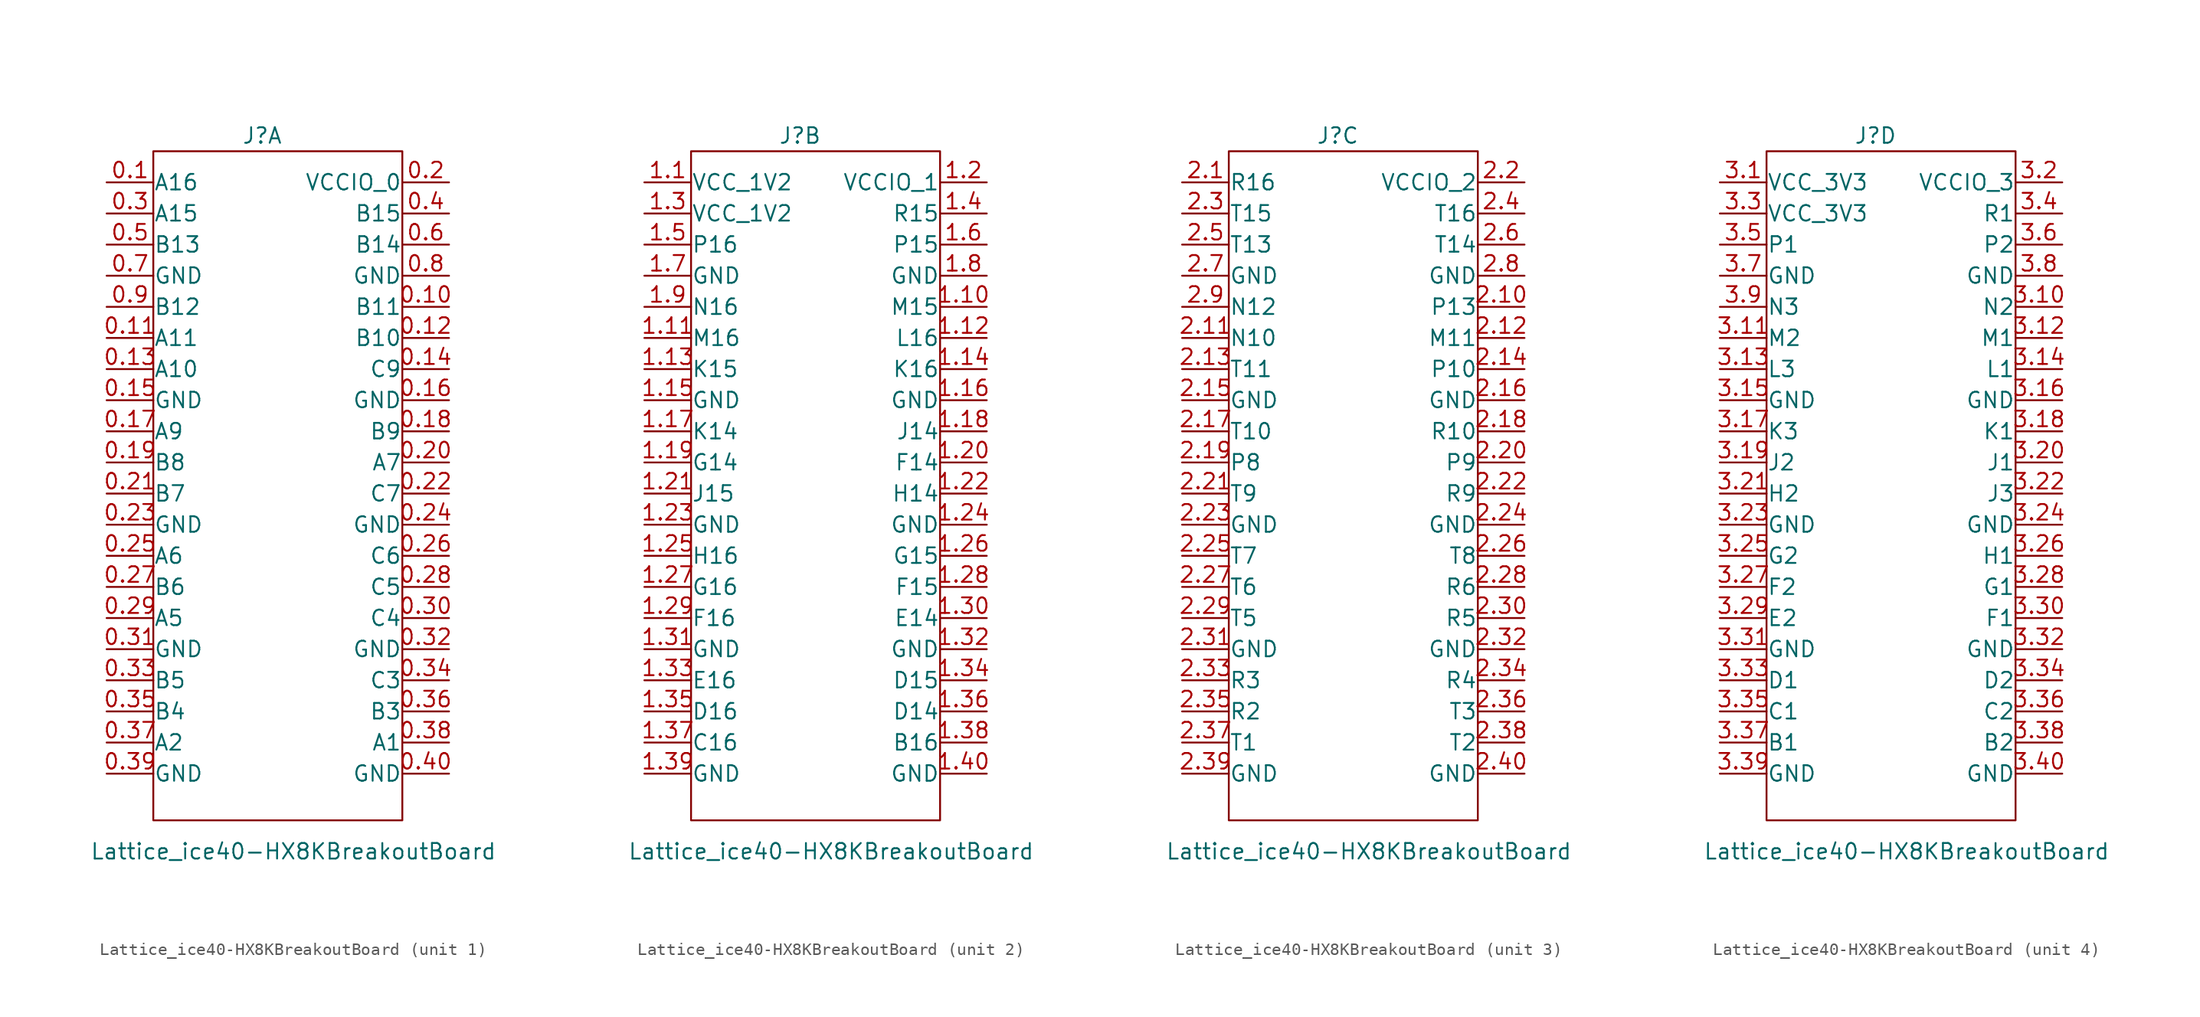
<source format=kicad_sym>
(kicad_symbol_lib
  (version 20211014)
  (generator kicad_symbol_editor)
  (symbol "Lattice_ice40-HX8KBreakoutBoard"
    (pin_names
      (offset 0.025))
    (property "Reference" "J"
      (at -1.27 27.94 0)
      (effects (font (size 1.27 1.27))))
    (property "Value" "Lattice_ice40-HX8KBreakoutBoard"
      (at 1.27 -30.48 0)
      (effects (font (size 1.27 1.27))))
    (property "Footprint" ""
      (at 15.24 -24.13 0)
      (effects (font (size 1.27 1.27))))
    (property "Datasheet" ""
      (at 15.24 -24.13 0)
      (effects (font (size 1.27 1.27))))
    (property "ki_locked" ""
      (at 0 0 0)
      (effects (font (size 1.27 1.27))))
    (symbol "Lattice_ice40-HX8KBreakoutBoard_0_1"
      (rectangle (start -10.16 26.67) (end 10.16 -27.94) (stroke (width 0) (type default) (color 0 0 0 0)) (fill (type none))))
    (symbol "Lattice_ice40-HX8KBreakoutBoard_1_1"
      (pin passive line (at -13.97 24.13 0) (length 3.81) (name "A16" (effects (font (size 1.27 1.27)))) (number "0.1" (effects (font (size 1.27 1.27)))))
      (pin passive line (at 13.97 13.97 180) (length 3.81) (name "B11" (effects (font (size 1.27 1.27)))) (number "0.10" (effects (font (size 1.27 1.27)))))
      (pin passive line (at -13.97 11.43 0) (length 3.81) (name "A11" (effects (font (size 1.27 1.27)))) (number "0.11" (effects (font (size 1.27 1.27)))))
      (pin passive line (at 13.97 11.43 180) (length 3.81) (name "B10" (effects (font (size 1.27 1.27)))) (number "0.12" (effects (font (size 1.27 1.27)))))
      (pin passive line (at -13.97 8.89 0) (length 3.81) (name "A10" (effects (font (size 1.27 1.27)))) (number "0.13" (effects (font (size 1.27 1.27)))))
      (pin passive line (at 13.97 8.89 180) (length 3.81) (name "C9" (effects (font (size 1.27 1.27)))) (number "0.14" (effects (font (size 1.27 1.27)))))
      (pin passive line (at -13.97 6.35 0) (length 3.81) (name "GND" (effects (font (size 1.27 1.27)))) (number "0.15" (effects (font (size 1.27 1.27)))))
      (pin passive line (at 13.97 6.35 180) (length 3.81) (name "GND" (effects (font (size 1.27 1.27)))) (number "0.16" (effects (font (size 1.27 1.27)))))
      (pin passive line (at -13.97 3.81 0) (length 3.81) (name "A9" (effects (font (size 1.27 1.27)))) (number "0.17" (effects (font (size 1.27 1.27)))))
      (pin passive line (at 13.97 3.81 180) (length 3.81) (name "B9" (effects (font (size 1.27 1.27)))) (number "0.18" (effects (font (size 1.27 1.27)))))
      (pin passive line (at -13.97 1.27 0) (length 3.81) (name "B8" (effects (font (size 1.27 1.27)))) (number "0.19" (effects (font (size 1.27 1.27)))))
      (pin passive line (at 13.97 24.13 180) (length 3.81) (name "VCCIO_0" (effects (font (size 1.27 1.27)))) (number "0.2" (effects (font (size 1.27 1.27)))))
      (pin passive line (at 13.97 1.27 180) (length 3.81) (name "A7" (effects (font (size 1.27 1.27)))) (number "0.20" (effects (font (size 1.27 1.27)))))
      (pin passive line (at -13.97 -1.27 0) (length 3.81) (name "B7" (effects (font (size 1.27 1.27)))) (number "0.21" (effects (font (size 1.27 1.27)))))
      (pin passive line (at 13.97 -1.27 180) (length 3.81) (name "C7" (effects (font (size 1.27 1.27)))) (number "0.22" (effects (font (size 1.27 1.27)))))
      (pin passive line (at -13.97 -3.81 0) (length 3.81) (name "GND" (effects (font (size 1.27 1.27)))) (number "0.23" (effects (font (size 1.27 1.27)))))
      (pin passive line (at 13.97 -3.81 180) (length 3.81) (name "GND" (effects (font (size 1.27 1.27)))) (number "0.24" (effects (font (size 1.27 1.27)))))
      (pin passive line (at -13.97 -6.35 0) (length 3.81) (name "A6" (effects (font (size 1.27 1.27)))) (number "0.25" (effects (font (size 1.27 1.27)))))
      (pin passive line (at 13.97 -6.35 180) (length 3.81) (name "C6" (effects (font (size 1.27 1.27)))) (number "0.26" (effects (font (size 1.27 1.27)))))
      (pin passive line (at -13.97 -8.89 0) (length 3.81) (name "B6" (effects (font (size 1.27 1.27)))) (number "0.27" (effects (font (size 1.27 1.27)))))
      (pin passive line (at 13.97 -8.89 180) (length 3.81) (name "C5" (effects (font (size 1.27 1.27)))) (number "0.28" (effects (font (size 1.27 1.27)))))
      (pin passive line (at -13.97 -11.43 0) (length 3.81) (name "A5" (effects (font (size 1.27 1.27)))) (number "0.29" (effects (font (size 1.27 1.27)))))
      (pin passive line (at -13.97 21.59 0) (length 3.81) (name "A15" (effects (font (size 1.27 1.27)))) (number "0.3" (effects (font (size 1.27 1.27)))))
      (pin passive line (at 13.97 -11.43 180) (length 3.81) (name "C4" (effects (font (size 1.27 1.27)))) (number "0.30" (effects (font (size 1.27 1.27)))))
      (pin passive line (at -13.97 -13.97 0) (length 3.81) (name "GND" (effects (font (size 1.27 1.27)))) (number "0.31" (effects (font (size 1.27 1.27)))))
      (pin passive line (at 13.97 -13.97 180) (length 3.81) (name "GND" (effects (font (size 1.27 1.27)))) (number "0.32" (effects (font (size 1.27 1.27)))))
      (pin passive line (at -13.97 -16.51 0) (length 3.81) (name "B5" (effects (font (size 1.27 1.27)))) (number "0.33" (effects (font (size 1.27 1.27)))))
      (pin passive line (at 13.97 -16.51 180) (length 3.81) (name "C3" (effects (font (size 1.27 1.27)))) (number "0.34" (effects (font (size 1.27 1.27)))))
      (pin passive line (at -13.97 -19.05 0) (length 3.81) (name "B4" (effects (font (size 1.27 1.27)))) (number "0.35" (effects (font (size 1.27 1.27)))))
      (pin passive line (at 13.97 -19.05 180) (length 3.81) (name "B3" (effects (font (size 1.27 1.27)))) (number "0.36" (effects (font (size 1.27 1.27)))))
      (pin passive line (at -13.97 -21.59 0) (length 3.81) (name "A2" (effects (font (size 1.27 1.27)))) (number "0.37" (effects (font (size 1.27 1.27)))))
      (pin passive line (at 13.97 -21.59 180) (length 3.81) (name "A1" (effects (font (size 1.27 1.27)))) (number "0.38" (effects (font (size 1.27 1.27)))))
      (pin passive line (at -13.97 -24.13 0) (length 3.81) (name "GND" (effects (font (size 1.27 1.27)))) (number "0.39" (effects (font (size 1.27 1.27)))))
      (pin passive line (at 13.97 21.59 180) (length 3.81) (name "B15" (effects (font (size 1.27 1.27)))) (number "0.4" (effects (font (size 1.27 1.27)))))
      (pin passive line (at 13.97 -24.13 180) (length 3.81) (name "GND" (effects (font (size 1.27 1.27)))) (number "0.40" (effects (font (size 1.27 1.27)))))
      (pin passive line (at -13.97 19.05 0) (length 3.81) (name "B13" (effects (font (size 1.27 1.27)))) (number "0.5" (effects (font (size 1.27 1.27)))))
      (pin passive line (at 13.97 19.05 180) (length 3.81) (name "B14" (effects (font (size 1.27 1.27)))) (number "0.6" (effects (font (size 1.27 1.27)))))
      (pin passive line (at -13.97 16.51 0) (length 3.81) (name "GND" (effects (font (size 1.27 1.27)))) (number "0.7" (effects (font (size 1.27 1.27)))))
      (pin passive line (at 13.97 16.51 180) (length 3.81) (name "GND" (effects (font (size 1.27 1.27)))) (number "0.8" (effects (font (size 1.27 1.27)))))
      (pin passive line (at -13.97 13.97 0) (length 3.81) (name "B12" (effects (font (size 1.27 1.27)))) (number "0.9" (effects (font (size 1.27 1.27))))))
    (symbol "Lattice_ice40-HX8KBreakoutBoard_2_1"
      (pin passive line (at -13.97 24.13 0) (length 3.81) (name "VCC_1V2" (effects (font (size 1.27 1.27)))) (number "1.1" (effects (font (size 1.27 1.27)))))
      (pin passive line (at 13.97 13.97 180) (length 3.81) (name "M15" (effects (font (size 1.27 1.27)))) (number "1.10" (effects (font (size 1.27 1.27)))))
      (pin passive line (at -13.97 11.43 0) (length 3.81) (name "M16" (effects (font (size 1.27 1.27)))) (number "1.11" (effects (font (size 1.27 1.27)))))
      (pin passive line (at 13.97 11.43 180) (length 3.81) (name "L16" (effects (font (size 1.27 1.27)))) (number "1.12" (effects (font (size 1.27 1.27)))))
      (pin passive line (at -13.97 8.89 0) (length 3.81) (name "K15" (effects (font (size 1.27 1.27)))) (number "1.13" (effects (font (size 1.27 1.27)))))
      (pin passive line (at 13.97 8.89 180) (length 3.81) (name "K16" (effects (font (size 1.27 1.27)))) (number "1.14" (effects (font (size 1.27 1.27)))))
      (pin passive line (at -13.97 6.35 0) (length 3.81) (name "GND" (effects (font (size 1.27 1.27)))) (number "1.15" (effects (font (size 1.27 1.27)))))
      (pin passive line (at 13.97 6.35 180) (length 3.81) (name "GND" (effects (font (size 1.27 1.27)))) (number "1.16" (effects (font (size 1.27 1.27)))))
      (pin passive line (at -13.97 3.81 0) (length 3.81) (name "K14" (effects (font (size 1.27 1.27)))) (number "1.17" (effects (font (size 1.27 1.27)))))
      (pin passive line (at 13.97 3.81 180) (length 3.81) (name "J14" (effects (font (size 1.27 1.27)))) (number "1.18" (effects (font (size 1.27 1.27)))))
      (pin passive line (at -13.97 1.27 0) (length 3.81) (name "G14" (effects (font (size 1.27 1.27)))) (number "1.19" (effects (font (size 1.27 1.27)))))
      (pin passive line (at 13.97 24.13 180) (length 3.81) (name "VCCIO_1" (effects (font (size 1.27 1.27)))) (number "1.2" (effects (font (size 1.27 1.27)))))
      (pin passive line (at 13.97 1.27 180) (length 3.81) (name "F14" (effects (font (size 1.27 1.27)))) (number "1.20" (effects (font (size 1.27 1.27)))))
      (pin passive line (at -13.97 -1.27 0) (length 3.81) (name "J15" (effects (font (size 1.27 1.27)))) (number "1.21" (effects (font (size 1.27 1.27)))))
      (pin passive line (at 13.97 -1.27 180) (length 3.81) (name "H14" (effects (font (size 1.27 1.27)))) (number "1.22" (effects (font (size 1.27 1.27)))))
      (pin passive line (at -13.97 -3.81 0) (length 3.81) (name "GND" (effects (font (size 1.27 1.27)))) (number "1.23" (effects (font (size 1.27 1.27)))))
      (pin passive line (at 13.97 -3.81 180) (length 3.81) (name "GND" (effects (font (size 1.27 1.27)))) (number "1.24" (effects (font (size 1.27 1.27)))))
      (pin passive line (at -13.97 -6.35 0) (length 3.81) (name "H16" (effects (font (size 1.27 1.27)))) (number "1.25" (effects (font (size 1.27 1.27)))))
      (pin passive line (at 13.97 -6.35 180) (length 3.81) (name "G15" (effects (font (size 1.27 1.27)))) (number "1.26" (effects (font (size 1.27 1.27)))))
      (pin passive line (at -13.97 -8.89 0) (length 3.81) (name "G16" (effects (font (size 1.27 1.27)))) (number "1.27" (effects (font (size 1.27 1.27)))))
      (pin passive line (at 13.97 -8.89 180) (length 3.81) (name "F15" (effects (font (size 1.27 1.27)))) (number "1.28" (effects (font (size 1.27 1.27)))))
      (pin passive line (at -13.97 -11.43 0) (length 3.81) (name "F16" (effects (font (size 1.27 1.27)))) (number "1.29" (effects (font (size 1.27 1.27)))))
      (pin passive line (at -13.97 21.59 0) (length 3.81) (name "VCC_1V2" (effects (font (size 1.27 1.27)))) (number "1.3" (effects (font (size 1.27 1.27)))))
      (pin passive line (at 13.97 -11.43 180) (length 3.81) (name "E14" (effects (font (size 1.27 1.27)))) (number "1.30" (effects (font (size 1.27 1.27)))))
      (pin passive line (at -13.97 -13.97 0) (length 3.81) (name "GND" (effects (font (size 1.27 1.27)))) (number "1.31" (effects (font (size 1.27 1.27)))))
      (pin passive line (at 13.97 -13.97 180) (length 3.81) (name "GND" (effects (font (size 1.27 1.27)))) (number "1.32" (effects (font (size 1.27 1.27)))))
      (pin passive line (at -13.97 -16.51 0) (length 3.81) (name "E16" (effects (font (size 1.27 1.27)))) (number "1.33" (effects (font (size 1.27 1.27)))))
      (pin passive line (at 13.97 -16.51 180) (length 3.81) (name "D15" (effects (font (size 1.27 1.27)))) (number "1.34" (effects (font (size 1.27 1.27)))))
      (pin passive line (at -13.97 -19.05 0) (length 3.81) (name "D16" (effects (font (size 1.27 1.27)))) (number "1.35" (effects (font (size 1.27 1.27)))))
      (pin passive line (at 13.97 -19.05 180) (length 3.81) (name "D14" (effects (font (size 1.27 1.27)))) (number "1.36" (effects (font (size 1.27 1.27)))))
      (pin passive line (at -13.97 -21.59 0) (length 3.81) (name "C16" (effects (font (size 1.27 1.27)))) (number "1.37" (effects (font (size 1.27 1.27)))))
      (pin passive line (at 13.97 -21.59 180) (length 3.81) (name "B16" (effects (font (size 1.27 1.27)))) (number "1.38" (effects (font (size 1.27 1.27)))))
      (pin passive line (at -13.97 -24.13 0) (length 3.81) (name "GND" (effects (font (size 1.27 1.27)))) (number "1.39" (effects (font (size 1.27 1.27)))))
      (pin passive line (at 13.97 21.59 180) (length 3.81) (name "R15" (effects (font (size 1.27 1.27)))) (number "1.4" (effects (font (size 1.27 1.27)))))
      (pin passive line (at 13.97 -24.13 180) (length 3.81) (name "GND" (effects (font (size 1.27 1.27)))) (number "1.40" (effects (font (size 1.27 1.27)))))
      (pin passive line (at -13.97 19.05 0) (length 3.81) (name "P16" (effects (font (size 1.27 1.27)))) (number "1.5" (effects (font (size 1.27 1.27)))))
      (pin passive line (at 13.97 19.05 180) (length 3.81) (name "P15" (effects (font (size 1.27 1.27)))) (number "1.6" (effects (font (size 1.27 1.27)))))
      (pin passive line (at -13.97 16.51 0) (length 3.81) (name "GND" (effects (font (size 1.27 1.27)))) (number "1.7" (effects (font (size 1.27 1.27)))))
      (pin passive line (at 13.97 16.51 180) (length 3.81) (name "GND" (effects (font (size 1.27 1.27)))) (number "1.8" (effects (font (size 1.27 1.27)))))
      (pin passive line (at -13.97 13.97 0) (length 3.81) (name "N16" (effects (font (size 1.27 1.27)))) (number "1.9" (effects (font (size 1.27 1.27))))))
    (symbol "Lattice_ice40-HX8KBreakoutBoard_3_1"
      (pin passive line (at -13.97 24.13 0) (length 3.81) (name "R16" (effects (font (size 1.27 1.27)))) (number "2.1" (effects (font (size 1.27 1.27)))))
      (pin passive line (at 13.97 13.97 180) (length 3.81) (name "P13" (effects (font (size 1.27 1.27)))) (number "2.10" (effects (font (size 1.27 1.27)))))
      (pin passive line (at -13.97 11.43 0) (length 3.81) (name "N10" (effects (font (size 1.27 1.27)))) (number "2.11" (effects (font (size 1.27 1.27)))))
      (pin passive line (at 13.97 11.43 180) (length 3.81) (name "M11" (effects (font (size 1.27 1.27)))) (number "2.12" (effects (font (size 1.27 1.27)))))
      (pin passive line (at -13.97 8.89 0) (length 3.81) (name "T11" (effects (font (size 1.27 1.27)))) (number "2.13" (effects (font (size 1.27 1.27)))))
      (pin passive line (at 13.97 8.89 180) (length 3.81) (name "P10" (effects (font (size 1.27 1.27)))) (number "2.14" (effects (font (size 1.27 1.27)))))
      (pin passive line (at -13.97 6.35 0) (length 3.81) (name "GND" (effects (font (size 1.27 1.27)))) (number "2.15" (effects (font (size 1.27 1.27)))))
      (pin passive line (at 13.97 6.35 180) (length 3.81) (name "GND" (effects (font (size 1.27 1.27)))) (number "2.16" (effects (font (size 1.27 1.27)))))
      (pin passive line (at -13.97 3.81 0) (length 3.81) (name "T10" (effects (font (size 1.27 1.27)))) (number "2.17" (effects (font (size 1.27 1.27)))))
      (pin passive line (at 13.97 3.81 180) (length 3.81) (name "R10" (effects (font (size 1.27 1.27)))) (number "2.18" (effects (font (size 1.27 1.27)))))
      (pin passive line (at -13.97 1.27 0) (length 3.81) (name "P8" (effects (font (size 1.27 1.27)))) (number "2.19" (effects (font (size 1.27 1.27)))))
      (pin passive line (at 13.97 24.13 180) (length 3.81) (name "VCCIO_2" (effects (font (size 1.27 1.27)))) (number "2.2" (effects (font (size 1.27 1.27)))))
      (pin passive line (at 13.97 1.27 180) (length 3.81) (name "P9" (effects (font (size 1.27 1.27)))) (number "2.20" (effects (font (size 1.27 1.27)))))
      (pin passive line (at -13.97 -1.27 0) (length 3.81) (name "T9" (effects (font (size 1.27 1.27)))) (number "2.21" (effects (font (size 1.27 1.27)))))
      (pin passive line (at 13.97 -1.27 180) (length 3.81) (name "R9" (effects (font (size 1.27 1.27)))) (number "2.22" (effects (font (size 1.27 1.27)))))
      (pin passive line (at -13.97 -3.81 0) (length 3.81) (name "GND" (effects (font (size 1.27 1.27)))) (number "2.23" (effects (font (size 1.27 1.27)))))
      (pin passive line (at 13.97 -3.81 180) (length 3.81) (name "GND" (effects (font (size 1.27 1.27)))) (number "2.24" (effects (font (size 1.27 1.27)))))
      (pin passive line (at -13.97 -6.35 0) (length 3.81) (name "T7" (effects (font (size 1.27 1.27)))) (number "2.25" (effects (font (size 1.27 1.27)))))
      (pin passive line (at 13.97 -6.35 180) (length 3.81) (name "T8" (effects (font (size 1.27 1.27)))) (number "2.26" (effects (font (size 1.27 1.27)))))
      (pin passive line (at -13.97 -8.89 0) (length 3.81) (name "T6" (effects (font (size 1.27 1.27)))) (number "2.27" (effects (font (size 1.27 1.27)))))
      (pin passive line (at 13.97 -8.89 180) (length 3.81) (name "R6" (effects (font (size 1.27 1.27)))) (number "2.28" (effects (font (size 1.27 1.27)))))
      (pin passive line (at -13.97 -11.43 0) (length 3.81) (name "T5" (effects (font (size 1.27 1.27)))) (number "2.29" (effects (font (size 1.27 1.27)))))
      (pin passive line (at -13.97 21.59 0) (length 3.81) (name "T15" (effects (font (size 1.27 1.27)))) (number "2.3" (effects (font (size 1.27 1.27)))))
      (pin passive line (at 13.97 -11.43 180) (length 3.81) (name "R5" (effects (font (size 1.27 1.27)))) (number "2.30" (effects (font (size 1.27 1.27)))))
      (pin passive line (at -13.97 -13.97 0) (length 3.81) (name "GND" (effects (font (size 1.27 1.27)))) (number "2.31" (effects (font (size 1.27 1.27)))))
      (pin passive line (at 13.97 -13.97 180) (length 3.81) (name "GND" (effects (font (size 1.27 1.27)))) (number "2.32" (effects (font (size 1.27 1.27)))))
      (pin passive line (at -13.97 -16.51 0) (length 3.81) (name "R3" (effects (font (size 1.27 1.27)))) (number "2.33" (effects (font (size 1.27 1.27)))))
      (pin passive line (at 13.97 -16.51 180) (length 3.81) (name "R4" (effects (font (size 1.27 1.27)))) (number "2.34" (effects (font (size 1.27 1.27)))))
      (pin passive line (at -13.97 -19.05 0) (length 3.81) (name "R2" (effects (font (size 1.27 1.27)))) (number "2.35" (effects (font (size 1.27 1.27)))))
      (pin passive line (at 13.97 -19.05 180) (length 3.81) (name "T3" (effects (font (size 1.27 1.27)))) (number "2.36" (effects (font (size 1.27 1.27)))))
      (pin passive line (at -13.97 -21.59 0) (length 3.81) (name "T1" (effects (font (size 1.27 1.27)))) (number "2.37" (effects (font (size 1.27 1.27)))))
      (pin passive line (at 13.97 -21.59 180) (length 3.81) (name "T2" (effects (font (size 1.27 1.27)))) (number "2.38" (effects (font (size 1.27 1.27)))))
      (pin passive line (at -13.97 -24.13 0) (length 3.81) (name "GND" (effects (font (size 1.27 1.27)))) (number "2.39" (effects (font (size 1.27 1.27)))))
      (pin passive line (at 13.97 21.59 180) (length 3.81) (name "T16" (effects (font (size 1.27 1.27)))) (number "2.4" (effects (font (size 1.27 1.27)))))
      (pin passive line (at 13.97 -24.13 180) (length 3.81) (name "GND" (effects (font (size 1.27 1.27)))) (number "2.40" (effects (font (size 1.27 1.27)))))
      (pin passive line (at -13.97 19.05 0) (length 3.81) (name "T13" (effects (font (size 1.27 1.27)))) (number "2.5" (effects (font (size 1.27 1.27)))))
      (pin passive line (at 13.97 19.05 180) (length 3.81) (name "T14" (effects (font (size 1.27 1.27)))) (number "2.6" (effects (font (size 1.27 1.27)))))
      (pin passive line (at -13.97 16.51 0) (length 3.81) (name "GND" (effects (font (size 1.27 1.27)))) (number "2.7" (effects (font (size 1.27 1.27)))))
      (pin passive line (at 13.97 16.51 180) (length 3.81) (name "GND" (effects (font (size 1.27 1.27)))) (number "2.8" (effects (font (size 1.27 1.27)))))
      (pin passive line (at -13.97 13.97 0) (length 3.81) (name "N12" (effects (font (size 1.27 1.27)))) (number "2.9" (effects (font (size 1.27 1.27))))))
    (symbol "Lattice_ice40-HX8KBreakoutBoard_4_1"
      (pin passive line (at -13.97 24.13 0) (length 3.81) (name "VCC_3V3" (effects (font (size 1.27 1.27)))) (number "3.1" (effects (font (size 1.27 1.27)))))
      (pin passive line (at 13.97 13.97 180) (length 3.81) (name "N2" (effects (font (size 1.27 1.27)))) (number "3.10" (effects (font (size 1.27 1.27)))))
      (pin passive line (at -13.97 11.43 0) (length 3.81) (name "M2" (effects (font (size 1.27 1.27)))) (number "3.11" (effects (font (size 1.27 1.27)))))
      (pin passive line (at 13.97 11.43 180) (length 3.81) (name "M1" (effects (font (size 1.27 1.27)))) (number "3.12" (effects (font (size 1.27 1.27)))))
      (pin passive line (at -13.97 8.89 0) (length 3.81) (name "L3" (effects (font (size 1.27 1.27)))) (number "3.13" (effects (font (size 1.27 1.27)))))
      (pin passive line (at 13.97 8.89 180) (length 3.81) (name "L1" (effects (font (size 1.27 1.27)))) (number "3.14" (effects (font (size 1.27 1.27)))))
      (pin passive line (at -13.97 6.35 0) (length 3.81) (name "GND" (effects (font (size 1.27 1.27)))) (number "3.15" (effects (font (size 1.27 1.27)))))
      (pin passive line (at 13.97 6.35 180) (length 3.81) (name "GND" (effects (font (size 1.27 1.27)))) (number "3.16" (effects (font (size 1.27 1.27)))))
      (pin passive line (at -13.97 3.81 0) (length 3.81) (name "K3" (effects (font (size 1.27 1.27)))) (number "3.17" (effects (font (size 1.27 1.27)))))
      (pin passive line (at 13.97 3.81 180) (length 3.81) (name "K1" (effects (font (size 1.27 1.27)))) (number "3.18" (effects (font (size 1.27 1.27)))))
      (pin passive line (at -13.97 1.27 0) (length 3.81) (name "J2" (effects (font (size 1.27 1.27)))) (number "3.19" (effects (font (size 1.27 1.27)))))
      (pin passive line (at 13.97 24.13 180) (length 3.81) (name "VCCIO_3" (effects (font (size 1.27 1.27)))) (number "3.2" (effects (font (size 1.27 1.27)))))
      (pin passive line (at 13.97 1.27 180) (length 3.81) (name "J1" (effects (font (size 1.27 1.27)))) (number "3.20" (effects (font (size 1.27 1.27)))))
      (pin passive line (at -13.97 -1.27 0) (length 3.81) (name "H2" (effects (font (size 1.27 1.27)))) (number "3.21" (effects (font (size 1.27 1.27)))))
      (pin passive line (at 13.97 -1.27 180) (length 3.81) (name "J3" (effects (font (size 1.27 1.27)))) (number "3.22" (effects (font (size 1.27 1.27)))))
      (pin passive line (at -13.97 -3.81 0) (length 3.81) (name "GND" (effects (font (size 1.27 1.27)))) (number "3.23" (effects (font (size 1.27 1.27)))))
      (pin passive line (at 13.97 -3.81 180) (length 3.81) (name "GND" (effects (font (size 1.27 1.27)))) (number "3.24" (effects (font (size 1.27 1.27)))))
      (pin passive line (at -13.97 -6.35 0) (length 3.81) (name "G2" (effects (font (size 1.27 1.27)))) (number "3.25" (effects (font (size 1.27 1.27)))))
      (pin passive line (at 13.97 -6.35 180) (length 3.81) (name "H1" (effects (font (size 1.27 1.27)))) (number "3.26" (effects (font (size 1.27 1.27)))))
      (pin passive line (at -13.97 -8.89 0) (length 3.81) (name "F2" (effects (font (size 1.27 1.27)))) (number "3.27" (effects (font (size 1.27 1.27)))))
      (pin passive line (at 13.97 -8.89 180) (length 3.81) (name "G1" (effects (font (size 1.27 1.27)))) (number "3.28" (effects (font (size 1.27 1.27)))))
      (pin passive line (at -13.97 -11.43 0) (length 3.81) (name "E2" (effects (font (size 1.27 1.27)))) (number "3.29" (effects (font (size 1.27 1.27)))))
      (pin passive line (at -13.97 21.59 0) (length 3.81) (name "VCC_3V3" (effects (font (size 1.27 1.27)))) (number "3.3" (effects (font (size 1.27 1.27)))))
      (pin passive line (at 13.97 -11.43 180) (length 3.81) (name "F1" (effects (font (size 1.27 1.27)))) (number "3.30" (effects (font (size 1.27 1.27)))))
      (pin passive line (at -13.97 -13.97 0) (length 3.81) (name "GND" (effects (font (size 1.27 1.27)))) (number "3.31" (effects (font (size 1.27 1.27)))))
      (pin passive line (at 13.97 -13.97 180) (length 3.81) (name "GND" (effects (font (size 1.27 1.27)))) (number "3.32" (effects (font (size 1.27 1.27)))))
      (pin passive line (at -13.97 -16.51 0) (length 3.81) (name "D1" (effects (font (size 1.27 1.27)))) (number "3.33" (effects (font (size 1.27 1.27)))))
      (pin passive line (at 13.97 -16.51 180) (length 3.81) (name "D2" (effects (font (size 1.27 1.27)))) (number "3.34" (effects (font (size 1.27 1.27)))))
      (pin passive line (at -13.97 -19.05 0) (length 3.81) (name "C1" (effects (font (size 1.27 1.27)))) (number "3.35" (effects (font (size 1.27 1.27)))))
      (pin passive line (at 13.97 -19.05 180) (length 3.81) (name "C2" (effects (font (size 1.27 1.27)))) (number "3.36" (effects (font (size 1.27 1.27)))))
      (pin passive line (at -13.97 -21.59 0) (length 3.81) (name "B1" (effects (font (size 1.27 1.27)))) (number "3.37" (effects (font (size 1.27 1.27)))))
      (pin passive line (at 13.97 -21.59 180) (length 3.81) (name "B2" (effects (font (size 1.27 1.27)))) (number "3.38" (effects (font (size 1.27 1.27)))))
      (pin passive line (at -13.97 -24.13 0) (length 3.81) (name "GND" (effects (font (size 1.27 1.27)))) (number "3.39" (effects (font (size 1.27 1.27)))))
      (pin passive line (at 13.97 21.59 180) (length 3.81) (name "R1" (effects (font (size 1.27 1.27)))) (number "3.4" (effects (font (size 1.27 1.27)))))
      (pin passive line (at 13.97 -24.13 180) (length 3.81) (name "GND" (effects (font (size 1.27 1.27)))) (number "3.40" (effects (font (size 1.27 1.27)))))
      (pin passive line (at -13.97 19.05 0) (length 3.81) (name "P1" (effects (font (size 1.27 1.27)))) (number "3.5" (effects (font (size 1.27 1.27)))))
      (pin passive line (at 13.97 19.05 180) (length 3.81) (name "P2" (effects (font (size 1.27 1.27)))) (number "3.6" (effects (font (size 1.27 1.27)))))
      (pin passive line (at -13.97 16.51 0) (length 3.81) (name "GND" (effects (font (size 1.27 1.27)))) (number "3.7" (effects (font (size 1.27 1.27)))))
      (pin passive line (at 13.97 16.51 180) (length 3.81) (name "GND" (effects (font (size 1.27 1.27)))) (number "3.8" (effects (font (size 1.27 1.27)))))
      (pin passive line (at -13.97 13.97 0) (length 3.81) (name "N3" (effects (font (size 1.27 1.27)))) (number "3.9" (effects (font (size 1.27 1.27))))))))
</source>
